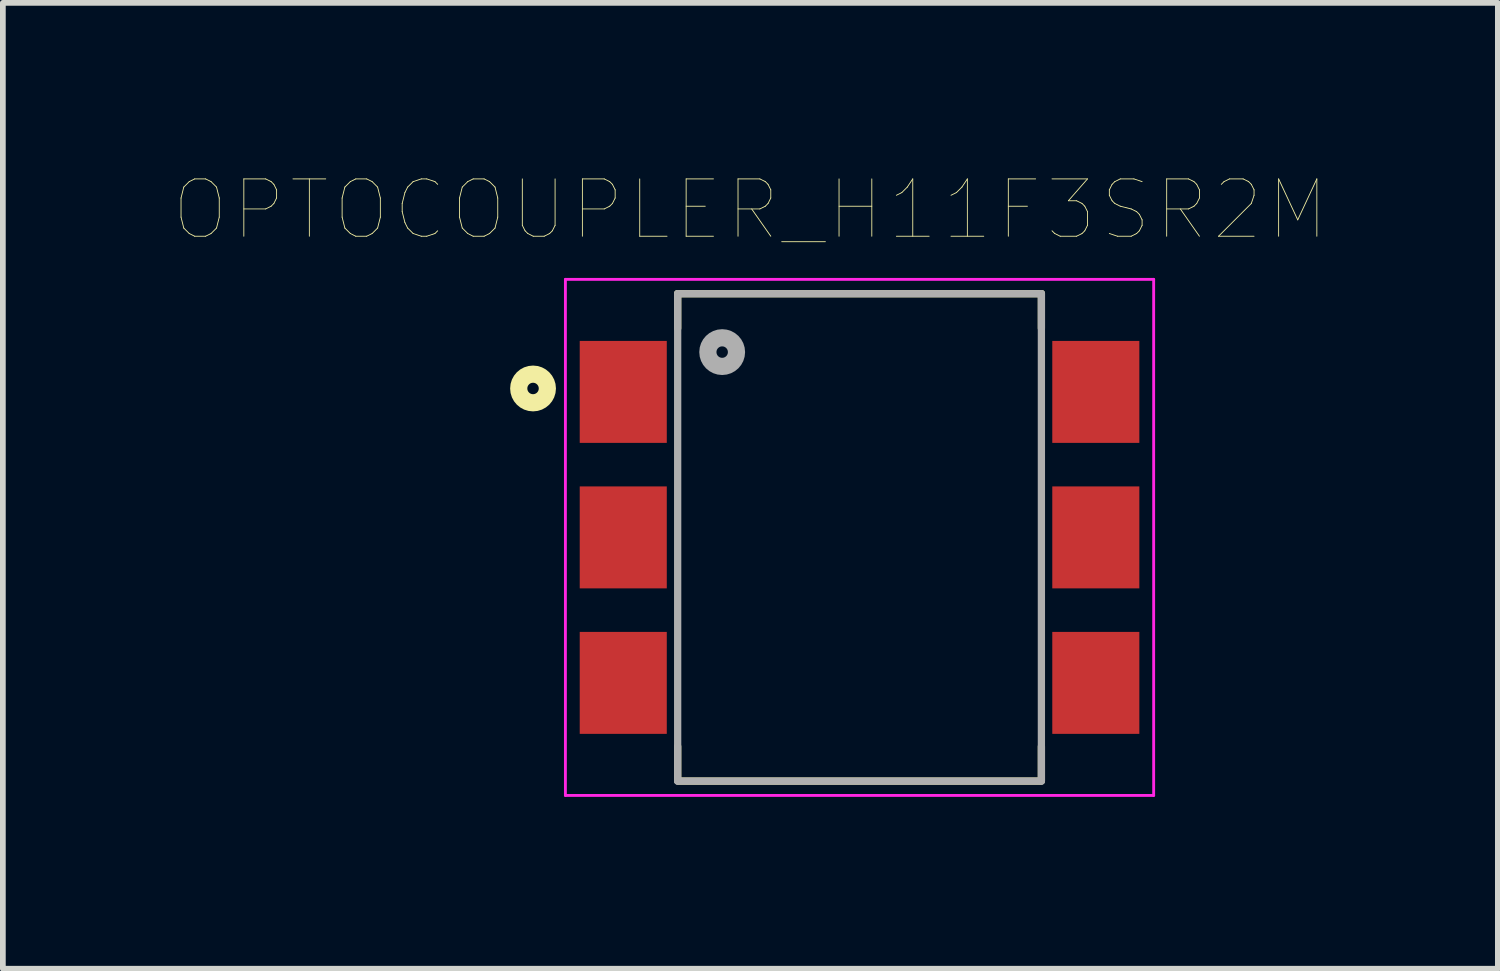
<source format=kicad_pcb>
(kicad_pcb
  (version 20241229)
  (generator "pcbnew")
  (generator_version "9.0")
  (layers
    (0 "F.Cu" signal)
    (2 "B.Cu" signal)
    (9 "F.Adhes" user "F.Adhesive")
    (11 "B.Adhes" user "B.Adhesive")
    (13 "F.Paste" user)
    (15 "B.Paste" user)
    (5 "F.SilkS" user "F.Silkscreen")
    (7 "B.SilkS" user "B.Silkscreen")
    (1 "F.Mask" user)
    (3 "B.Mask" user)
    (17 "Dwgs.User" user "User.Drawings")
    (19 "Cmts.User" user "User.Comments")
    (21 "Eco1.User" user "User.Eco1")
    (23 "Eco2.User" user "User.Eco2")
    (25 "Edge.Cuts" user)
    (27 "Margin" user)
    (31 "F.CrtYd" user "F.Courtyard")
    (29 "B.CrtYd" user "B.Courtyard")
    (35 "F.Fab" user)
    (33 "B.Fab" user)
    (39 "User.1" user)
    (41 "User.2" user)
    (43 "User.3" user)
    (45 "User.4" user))
  (footprint "OPTOCOUPLER_H11F3SR2M"
    (layer "F.Cu")
    (at 11.956 6.332)
    (property "Reference" "OPTOCOUPLER_H11F3SR2M" (at -1.907 -5.72 0) (layer "F.SilkS") (effects (font (size 1.001 1.001) (thickness 0.015))))
    (attr through_hole)
    (fp_line (start -3.175 -4.255) (end -3.175 -3.65) (stroke (width 0.127) (type solid)) (layer "F.SilkS"))
    (fp_line (start -3.175 4.25) (end -3.175 3.65) (stroke (width 0.127) (type solid)) (layer "F.SilkS"))
    (fp_line (start -3.15 4.255) (end 3.15 4.255) (stroke (width 0.127) (type solid)) (layer "F.SilkS"))
    (fp_line (start 3.175 -4.255) (end -3.175 -4.255) (stroke (width 0.127) (type solid)) (layer "F.SilkS"))
    (fp_line (start 3.175 -3.65) (end 3.175 -4.255) (stroke (width 0.127) (type solid)) (layer "F.SilkS"))
    (fp_line (start 3.175 4.25) (end 3.175 3.65) (stroke (width 0.127) (type solid)) (layer "F.SilkS"))
    (fp_circle (center -5.7 -2.6) (end -5.6 -2.6) (stroke (width 0.3) (type solid)) (fill no) (layer "F.SilkS"))
    (fp_line (start -5.135 -4.505) (end 5.135 -4.505) (stroke (width 0.05) (type solid)) (layer "F.CrtYd"))
    (fp_line (start -5.135 4.505) (end -5.135 -4.505) (stroke (width 0.05) (type solid)) (layer "F.CrtYd"))
    (fp_line (start 5.135 -4.505) (end 5.135 4.505) (stroke (width 0.05) (type solid)) (layer "F.CrtYd"))
    (fp_line (start 5.135 4.505) (end -5.135 4.505) (stroke (width 0.05) (type solid)) (layer "F.CrtYd"))
    (fp_line (start -3.175 -4.255) (end 3.175 -4.255) (stroke (width 0.127) (type solid)) (layer "F.Fab"))
    (fp_line (start -3.175 4.255) (end -3.175 -4.255) (stroke (width 0.127) (type solid)) (layer "F.Fab"))
    (fp_line (start 3.175 -4.255) (end 3.175 4.255) (stroke (width 0.127) (type solid)) (layer "F.Fab"))
    (fp_line (start 3.175 4.255) (end -3.175 4.255) (stroke (width 0.127) (type solid)) (layer "F.Fab"))
    (fp_circle (center -2.398 -3.235) (end -2.298 -3.235) (stroke (width 0.3) (type solid)) (fill no) (layer "F.Fab"))
    (pad "1" smd rect (at -4.125 -2.54) (size 1.52 1.78) (layers "F.Cu" "F.Mask" "F.Paste"))
    (pad "2" smd rect (at -4.125 0) (size 1.52 1.78) (layers "F.Cu" "F.Mask" "F.Paste"))
    (pad "3" smd rect (at -4.125 2.54) (size 1.52 1.78) (layers "F.Cu" "F.Mask" "F.Paste"))
    (pad "4" smd rect (at 4.125 2.54) (size 1.52 1.78) (layers "F.Cu" "F.Mask" "F.Paste"))
    (pad "5" smd rect (at 4.125 0) (size 1.52 1.78) (layers "F.Cu" "F.Mask" "F.Paste"))
    (pad "6" smd rect (at 4.125 -2.54) (size 1.52 1.78) (layers "F.Cu" "F.Mask" "F.Paste")))
  (gr_rect
    (start -3 -3)
    (end 23.1 13.862)
    (stroke (width 0.1) (type default))
    (fill no)
    (layer "Edge.Cuts")))
</source>
